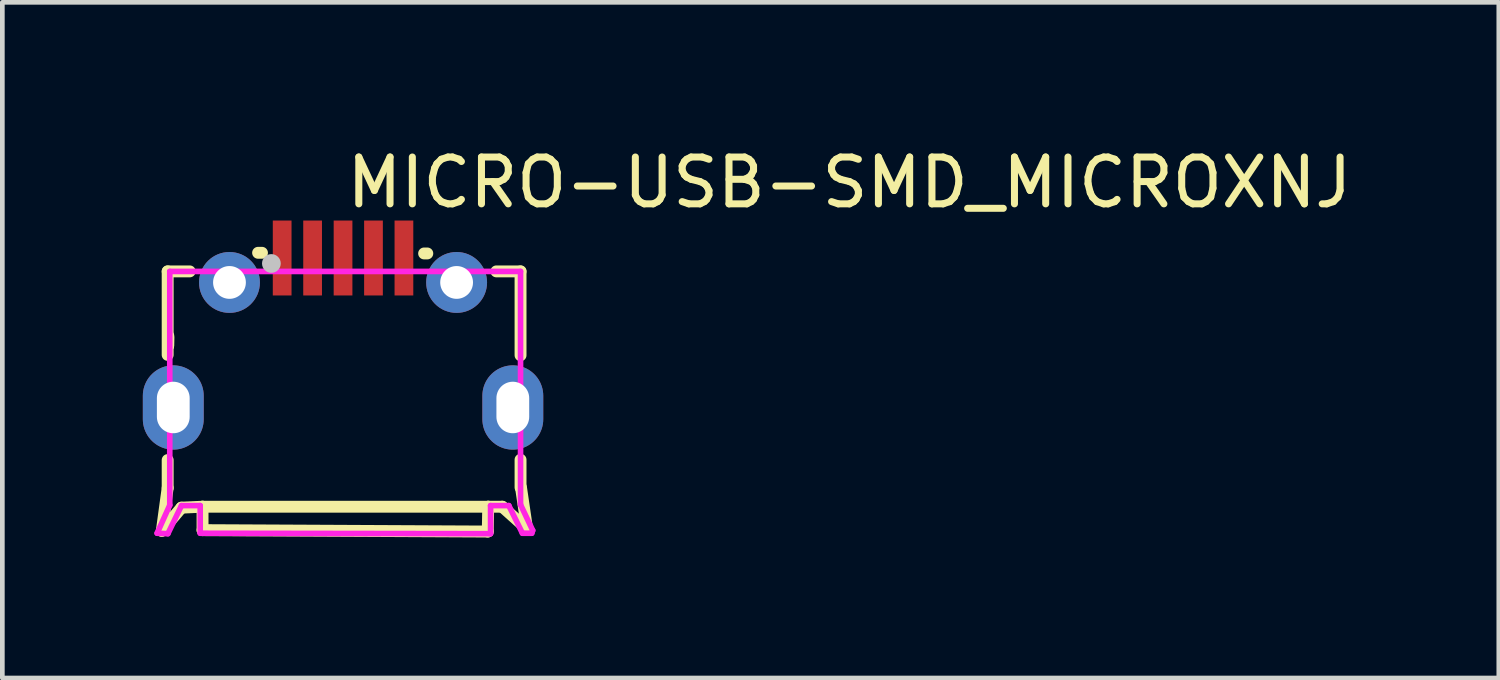
<source format=kicad_pcb>
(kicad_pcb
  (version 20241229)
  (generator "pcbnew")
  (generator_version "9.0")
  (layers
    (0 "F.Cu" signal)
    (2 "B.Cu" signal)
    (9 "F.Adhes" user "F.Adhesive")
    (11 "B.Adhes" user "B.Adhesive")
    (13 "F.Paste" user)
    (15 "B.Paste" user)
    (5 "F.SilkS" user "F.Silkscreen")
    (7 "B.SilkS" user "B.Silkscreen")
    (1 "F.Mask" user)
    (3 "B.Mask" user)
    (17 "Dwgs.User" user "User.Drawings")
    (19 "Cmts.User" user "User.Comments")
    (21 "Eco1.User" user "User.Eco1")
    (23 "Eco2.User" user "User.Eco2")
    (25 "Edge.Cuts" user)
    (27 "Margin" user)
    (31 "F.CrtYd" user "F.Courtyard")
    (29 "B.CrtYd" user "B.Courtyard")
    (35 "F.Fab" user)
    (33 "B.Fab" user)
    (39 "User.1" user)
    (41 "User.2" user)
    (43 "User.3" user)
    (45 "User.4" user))
  (footprint "MICRO-USB-SMD_MICROXNJ"
    (layer "F.Cu")
    (at 4.275 4.055)
    (property "Reference" "MICRO-USB-SMD_MICROXNJ" (at 0 -3.207 0) (layer "F.SilkS") (effects (font (size 1 1) (thickness 0.15)) (justify left)))
    (attr through_hole)
    (fp_line (start -3.87 4.23) (end -3.745 3.315) (stroke (width 0.254) (type solid)) (layer "F.SilkS"))
    (fp_line (start -3.745 -1.31) (end -3.274 -1.31) (stroke (width 0.254) (type solid)) (layer "F.SilkS"))
    (fp_line (start -3.745 0.473) (end -3.745 -1.31) (stroke (width 0.254) (type solid)) (layer "F.SilkS"))
    (fp_line (start -3.745 3.315) (end -3.745 2.719) (stroke (width 0.254) (type solid)) (layer "F.SilkS"))
    (fp_line (start -3.735 0.276) (end -3.731 0.068) (stroke (width 0.254) (type solid)) (layer "F.SilkS"))
    (fp_line (start -3.733 0.275) (end -3.732 0.101) (stroke (width 0.254) (type solid)) (layer "F.SilkS"))
    (fp_line (start -3.45 3.735) (end -3.87 4.23) (stroke (width 0.254) (type solid)) (layer "F.SilkS"))
    (fp_line (start -3 3.715) (end -3.45 3.735) (stroke (width 0.254) (type solid)) (layer "F.SilkS"))
    (fp_line (start -3 3.715) (end -3 4.215) (stroke (width 0.254) (type solid)) (layer "F.SilkS"))
    (fp_line (start -3 3.715) (end 3.1 3.715) (stroke (width 0.254) (type solid)) (layer "F.SilkS"))
    (fp_line (start -3 4.215) (end 3.09 4.245) (stroke (width 0.254) (type solid)) (layer "F.SilkS"))
    (fp_line (start -1.814 -1.707) (end -1.731 -1.707) (stroke (width 0.254) (type solid)) (layer "F.SilkS"))
    (fp_line (start 1.731 -1.693) (end 1.799 -1.693) (stroke (width 0.254) (type solid)) (layer "F.SilkS"))
    (fp_line (start 3.09 4.245) (end 3.1 3.715) (stroke (width 0.254) (type solid)) (layer "F.SilkS"))
    (fp_line (start 3.1 3.715) (end 3.4 3.715) (stroke (width 0.254) (type solid)) (layer "F.SilkS"))
    (fp_line (start 3.274 -1.31) (end 3.79 -1.31) (stroke (width 0.254) (type solid)) (layer "F.SilkS"))
    (fp_line (start 3.4 3.715) (end 3.93 4.19) (stroke (width 0.254) (type solid)) (layer "F.SilkS"))
    (fp_line (start 3.79 -1.31) (end 3.79 0.481) (stroke (width 0.254) (type solid)) (layer "F.SilkS"))
    (fp_line (start 3.79 2.712) (end 3.79 3.304) (stroke (width 0.254) (type solid)) (layer "F.SilkS"))
    (fp_line (start 3.93 4.19) (end 3.8 3.304) (stroke (width 0.254) (type solid)) (layer "F.SilkS"))
    (fp_circle (center -1.53 -1.479) (end -1.43 -1.479) (stroke (width 0.2) (type solid)) (fill no) (layer "Dwgs.User"))
    (fp_circle (center -3.97 -1.766) (end -3.94 -1.766) (stroke (width 0.06) (type solid)) (fill no) (layer "Eco2.User"))
    (fp_poly (pts (xy -3.775 1.141) (xy -3.475 1.141) (xy -3.475 2.051) (xy -3.775 2.051)) (stroke (width 0.12) (type solid)) (fill no) (layer "Eco2.User"))
    (fp_poly (pts (xy -2.675 -0.974) (xy -2.675 -1.174) (xy -2.175 -1.174) (xy -2.175 -0.974)) (stroke (width 0.12) (type solid)) (fill no) (layer "Eco2.User"))
    (fp_poly (pts (xy -1.425 -0.966) (xy -1.425 -1.966) (xy -1.175 -1.966) (xy -1.175 -0.966)) (stroke (width 0.12) (type solid)) (fill no) (layer "Eco2.User"))
    (fp_poly (pts (xy -0.775 -0.966) (xy -0.775 -1.966) (xy -0.525 -1.966) (xy -0.525 -0.966)) (stroke (width 0.12) (type solid)) (fill no) (layer "Eco2.User"))
    (fp_poly (pts (xy -0.125 -0.966) (xy -0.125 -1.966) (xy 0.125 -1.966) (xy 0.125 -0.966)) (stroke (width 0.12) (type solid)) (fill no) (layer "Eco2.User"))
    (fp_poly (pts (xy 0.525 -0.966) (xy 0.525 -1.966) (xy 0.775 -1.966) (xy 0.775 -0.966)) (stroke (width 0.12) (type solid)) (fill no) (layer "Eco2.User"))
    (fp_poly (pts (xy 1.175 -0.966) (xy 1.175 -1.966) (xy 1.425 -1.966) (xy 1.425 -0.966)) (stroke (width 0.12) (type solid)) (fill no) (layer "Eco2.User"))
    (fp_poly (pts (xy 2.175 -0.974) (xy 2.175 -1.174) (xy 2.675 -1.174) (xy 2.675 -0.974)) (stroke (width 0.12) (type solid)) (fill no) (layer "Eco2.User"))
    (fp_poly (pts (xy 3.475 1.141) (xy 3.775 1.141) (xy 3.775 2.051) (xy 3.475 2.051)) (stroke (width 0.12) (type solid)) (fill no) (layer "Eco2.User"))
    (fp_line (start -3.97 4.281) (end -3.7 3.681) (stroke (width 0.12) (type solid)) (layer "F.CrtYd"))
    (fp_line (start -3.74 4.291) (end -3.97 4.281) (stroke (width 0.12) (type solid)) (layer "F.CrtYd"))
    (fp_line (start -3.7 -1.309) (end 3.79 -1.309) (stroke (width 0.12) (type solid)) (layer "F.CrtYd"))
    (fp_line (start -3.7 -1.299) (end -3.7 -1.309) (stroke (width 0.12) (type solid)) (layer "F.CrtYd"))
    (fp_line (start -3.7 3.681) (end -3.7 -1.299) (stroke (width 0.12) (type solid)) (layer "F.CrtYd"))
    (fp_line (start -3.45 3.691) (end -3.74 4.291) (stroke (width 0.12) (type solid)) (layer "F.CrtYd"))
    (fp_line (start -3.05 3.691) (end -3.45 3.691) (stroke (width 0.12) (type solid)) (layer "F.CrtYd"))
    (fp_line (start -3.05 4.281) (end -3.05 3.691) (stroke (width 0.12) (type solid)) (layer "F.CrtYd"))
    (fp_line (start -3.03 4.281) (end -3.05 4.281) (stroke (width 0.12) (type solid)) (layer "F.CrtYd"))
    (fp_line (start 3.15 3.691) (end 3.15 4.291) (stroke (width 0.12) (type solid)) (layer "F.CrtYd"))
    (fp_line (start 3.15 4.291) (end -3.03 4.281) (stroke (width 0.12) (type solid)) (layer "F.CrtYd"))
    (fp_line (start 3.54 3.691) (end 3.15 3.691) (stroke (width 0.12) (type solid)) (layer "F.CrtYd"))
    (fp_line (start 3.79 -1.309) (end 3.79 3.671) (stroke (width 0.12) (type solid)) (layer "F.CrtYd"))
    (fp_line (start 3.79 3.671) (end 4.05 4.221) (stroke (width 0.12) (type solid)) (layer "F.CrtYd"))
    (fp_line (start 3.83 4.281) (end 3.54 3.691) (stroke (width 0.12) (type solid)) (layer "F.CrtYd"))
    (fp_line (start 4.03 4.281) (end 3.83 4.281) (stroke (width 0.12) (type solid)) (layer "F.CrtYd"))
    (fp_line (start 4.05 4.221) (end 4.03 4.281) (stroke (width 0.12) (type solid)) (layer "F.CrtYd"))
    (pad "1" smd rect (at -1.3 -1.596 270) (size 1.6 0.4) (layers "F.Cu" "F.Mask" "F.Paste"))
    (pad "2" smd rect (at -0.65 -1.596 270) (size 1.6 0.4) (layers "F.Cu" "F.Mask" "F.Paste"))
    (pad "3" smd rect (at 0 -1.596 270) (size 1.6 0.4) (layers "F.Cu" "F.Mask" "F.Paste"))
    (pad "4" smd rect (at 0.65 -1.596 270) (size 1.6 0.4) (layers "F.Cu" "F.Mask" "F.Paste"))
    (pad "5" smd rect (at 1.3 -1.596 270) (size 1.6 0.4) (layers "F.Cu" "F.Mask" "F.Paste"))
    (pad "6" thru_hole circle (at 2.425 -1.074) (size 1.3 1.3) (drill 0.7) (layers "*.Cu" "*.Mask"))
    (pad "7" thru_hole oval (at 3.625 1.596) (size 1.3 1.8) (drill oval 0.7 1.1) (layers "*.Cu" "*.Mask"))
    (pad "8" thru_hole oval (at -3.625 1.596) (size 1.3 1.8) (drill oval 0.7 1.1) (layers "*.Cu" "*.Mask"))
    (pad "9" thru_hole circle (at -2.425 -1.074) (size 1.3 1.3) (drill 0.7) (layers "*.Cu" "*.Mask")))
  (gr_rect
    (start -3 -3)
    (end 28.954 11.427)
    (stroke (width 0.1) (type default))
    (fill no)
    (layer "Edge.Cuts")))
</source>
